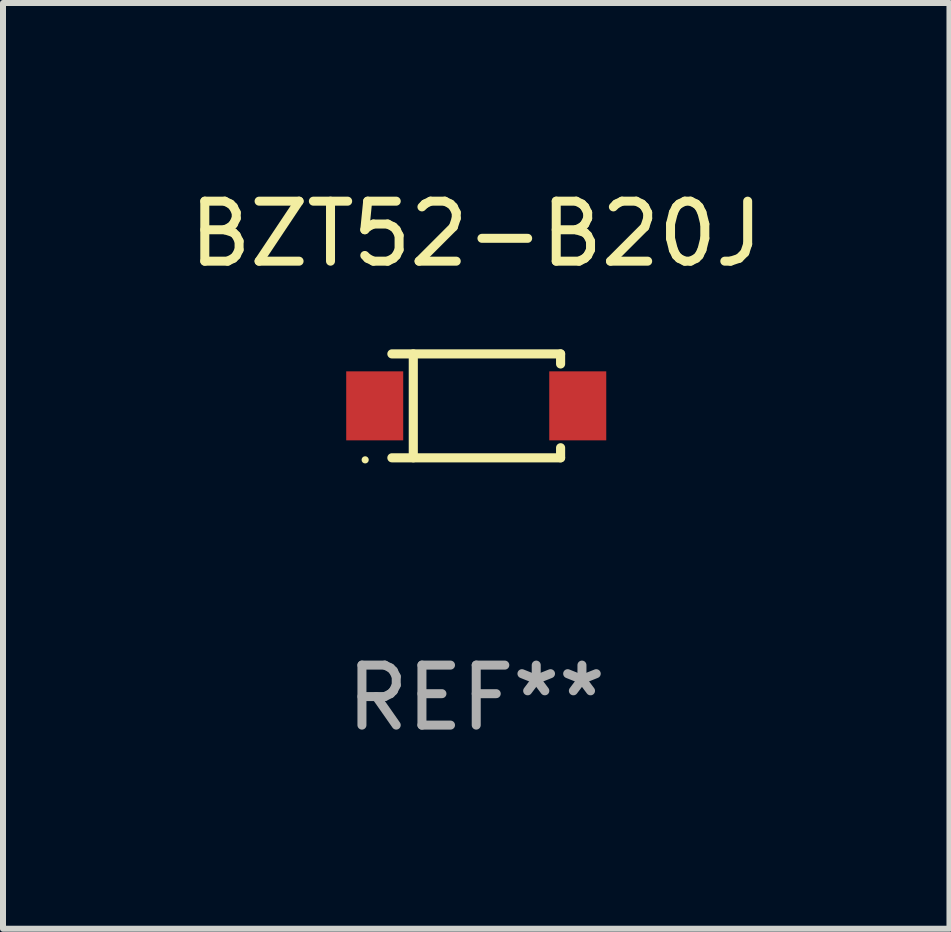
<source format=kicad_pcb>
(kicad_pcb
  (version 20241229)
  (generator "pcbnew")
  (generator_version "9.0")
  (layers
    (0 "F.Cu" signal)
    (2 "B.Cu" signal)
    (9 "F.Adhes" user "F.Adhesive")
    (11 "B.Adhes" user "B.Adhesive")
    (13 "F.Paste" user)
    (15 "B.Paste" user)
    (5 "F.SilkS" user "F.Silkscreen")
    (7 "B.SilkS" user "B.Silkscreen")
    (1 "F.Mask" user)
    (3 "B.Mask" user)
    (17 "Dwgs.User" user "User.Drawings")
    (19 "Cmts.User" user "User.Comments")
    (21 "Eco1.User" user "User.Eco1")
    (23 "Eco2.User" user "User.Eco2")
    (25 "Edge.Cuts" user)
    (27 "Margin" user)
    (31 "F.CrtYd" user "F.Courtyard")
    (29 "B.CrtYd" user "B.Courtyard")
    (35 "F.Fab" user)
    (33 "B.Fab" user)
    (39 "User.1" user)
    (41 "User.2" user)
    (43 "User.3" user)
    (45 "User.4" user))
  (footprint "BZT52-B20J"
    (layer "F.Cu")
    (at 4.887 3.714)
    (property "Reference" "BZT52-B20J" (at 0 -2.866 0) (layer "F.SilkS") (effects (font (size 1 1) (thickness 0.15))))
    (attr through_hole)
    (fp_line (start -1.406 -0.866) (end 1.406 -0.866) (stroke (width 0.152) (type solid)) (layer "F.SilkS"))
    (fp_line (start -1.406 0.866) (end 1.406 0.866) (stroke (width 0.152) (type solid)) (layer "F.SilkS"))
    (fp_line (start -1.049 -0.866) (end -1.049 0.866) (stroke (width 0.152) (type solid)) (layer "F.SilkS"))
    (fp_line (start 1.406 -0.866) (end 1.406 -0.698) (stroke (width 0.152) (type solid)) (layer "F.SilkS"))
    (fp_line (start 1.406 0.866) (end 1.406 0.698) (stroke (width 0.152) (type solid)) (layer "F.SilkS"))
    (fp_circle (center -1.851 0.9) (end -1.821 0.9) (stroke (width 0.06) (type solid)) (fill no) (layer "F.SilkS"))
    (fp_text user "REF**" (at 0 4.866 0) (layer "F.Fab") (effects (font (size 1 1) (thickness 0.15))))
    (pad "1" smd rect (at -1.692 0) (size 0.95 1.15) (layers "F.Cu" "F.Mask" "F.Paste"))
    (pad "2" smd rect (at 1.692 0) (size 0.95 1.15) (layers "F.Cu" "F.Mask" "F.Paste")))
  (gr_rect
    (start -3 -3)
    (end 12.774 12.429)
    (stroke (width 0.1) (type default))
    (fill no)
    (layer "Edge.Cuts")))
</source>
